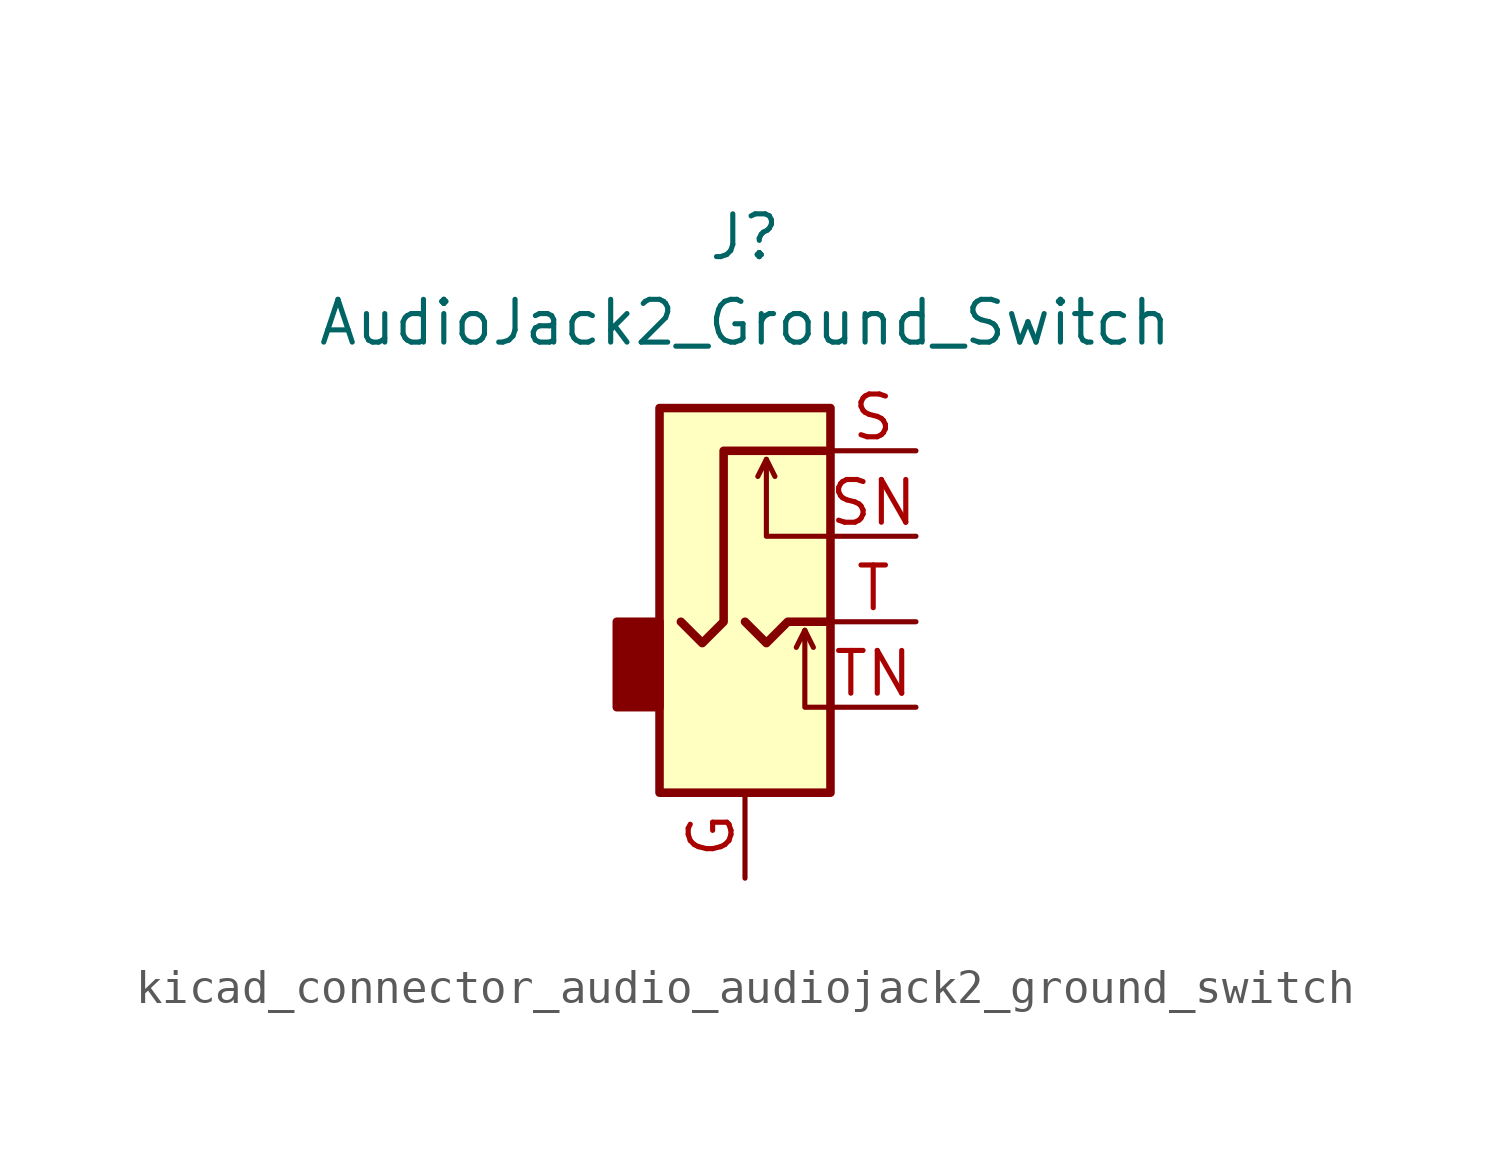
<source format=kicad_sym>
(kicad_symbol_lib
  (version 20220914)
  (generator kicad_symbol_editor)
  (symbol "kicad_connector_audio_audiojack2_ground_switch"
    (property "Reference" "J"
      (at 0 11.43 0)
      (effects (font (size 1.27 1.27))))
    (property "Value" "AudioJack2_Ground_Switch"
      (at 0 8.89 0)
      (effects (font (size 1.27 1.27))))
    (symbol "kicad_connector_audio_audiojack2_ground_switch_0_1"
      (rectangle (start -2.54 -2.54) (end -3.81 0) (stroke (width 0.254) (type default)) (fill (type outline)))
      (rectangle (start 2.54 6.35) (end -2.54 -5.08) (stroke (width 0.254) (type default)) (fill (type background))))
    (symbol "kicad_connector_audio_audiojack2_ground_switch_1_1"
      (polyline (pts (xy 0.635 4.826) (xy 0.889 4.318)) (stroke (width 0) (type default)) (fill (type none)))
      (polyline (pts (xy 1.778 -0.254) (xy 2.032 -0.762)) (stroke (width 0) (type default)) (fill (type none)))
      (polyline (pts (xy 0 0) (xy 0.635 -0.635) (xy 1.27 0) (xy 2.54 0)) (stroke (width 0.254) (type default)) (fill (type none)))
      (polyline (pts (xy 2.54 -2.54) (xy 1.778 -2.54) (xy 1.778 -0.254) (xy 1.524 -0.762)) (stroke (width 0) (type default)) (fill (type none)))
      (polyline (pts (xy 2.54 2.54) (xy 0.635 2.54) (xy 0.635 4.826) (xy 0.381 4.318)) (stroke (width 0) (type default)) (fill (type none)))
      (polyline (pts (xy 2.54 5.08) (xy -0.635 5.08) (xy -0.635 0) (xy -1.27 -0.635) (xy -1.905 0)) (stroke (width 0.254) (type default)) (fill (type none)))
      (pin passive line (at 0 -7.62 90) (length 2.54) (name "~" (effects (font (size 1.27 1.27)))) (number "G" (effects (font (size 1.27 1.27)))))
      (pin passive line (at 5.08 5.08 180) (length 2.54) (name "~" (effects (font (size 1.27 1.27)))) (number "S" (effects (font (size 1.27 1.27)))))
      (pin passive line (at 5.08 2.54 180) (length 2.54) (name "~" (effects (font (size 1.27 1.27)))) (number "SN" (effects (font (size 1.27 1.27)))))
      (pin passive line (at 5.08 0 180) (length 2.54) (name "~" (effects (font (size 1.27 1.27)))) (number "T" (effects (font (size 1.27 1.27)))))
      (pin passive line (at 5.08 -2.54 180) (length 2.54) (name "~" (effects (font (size 1.27 1.27)))) (number "TN" (effects (font (size 1.27 1.27))))))))
</source>
